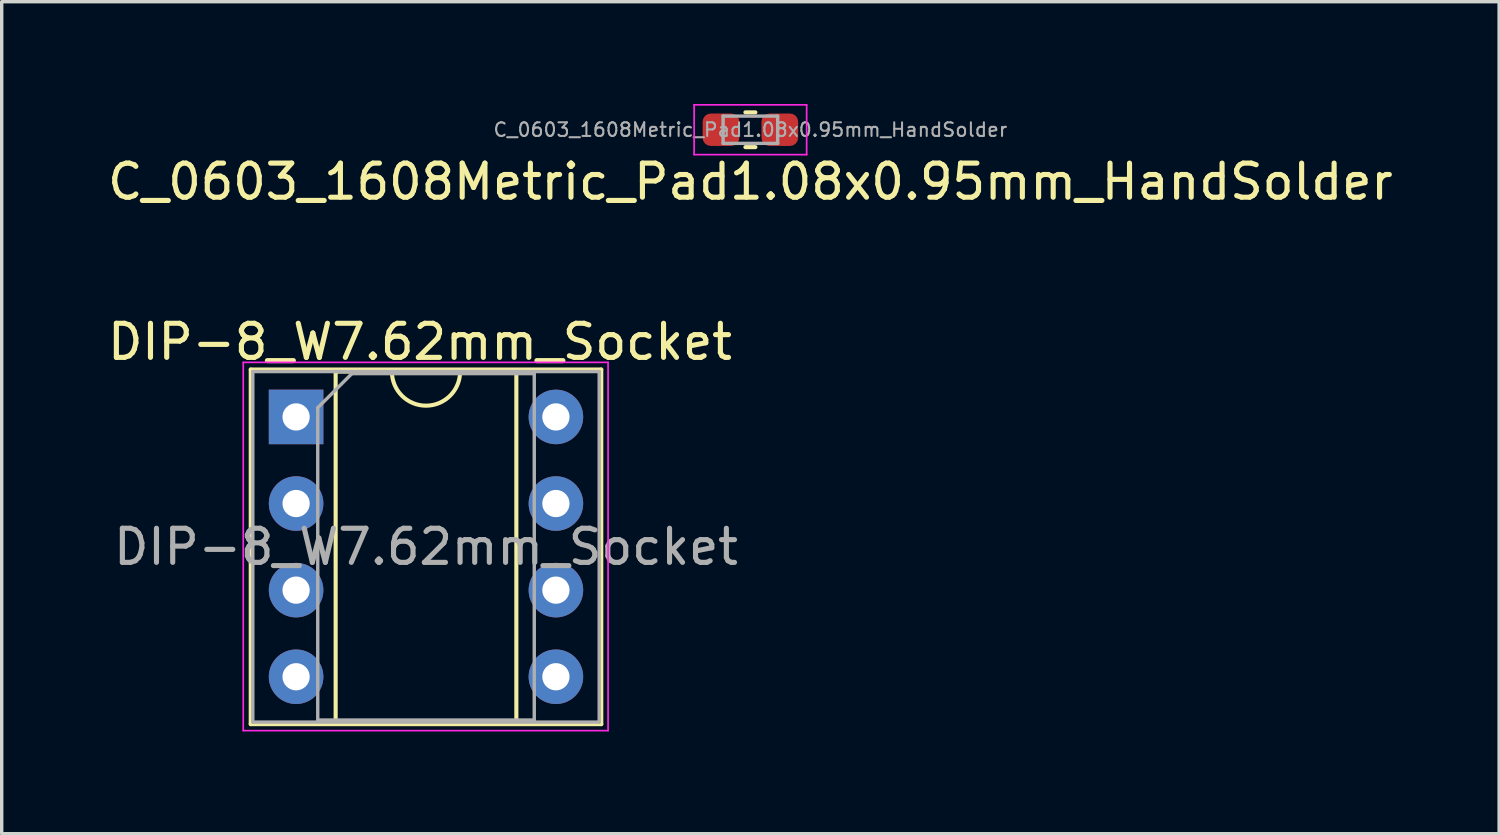
<source format=kicad_pcb>
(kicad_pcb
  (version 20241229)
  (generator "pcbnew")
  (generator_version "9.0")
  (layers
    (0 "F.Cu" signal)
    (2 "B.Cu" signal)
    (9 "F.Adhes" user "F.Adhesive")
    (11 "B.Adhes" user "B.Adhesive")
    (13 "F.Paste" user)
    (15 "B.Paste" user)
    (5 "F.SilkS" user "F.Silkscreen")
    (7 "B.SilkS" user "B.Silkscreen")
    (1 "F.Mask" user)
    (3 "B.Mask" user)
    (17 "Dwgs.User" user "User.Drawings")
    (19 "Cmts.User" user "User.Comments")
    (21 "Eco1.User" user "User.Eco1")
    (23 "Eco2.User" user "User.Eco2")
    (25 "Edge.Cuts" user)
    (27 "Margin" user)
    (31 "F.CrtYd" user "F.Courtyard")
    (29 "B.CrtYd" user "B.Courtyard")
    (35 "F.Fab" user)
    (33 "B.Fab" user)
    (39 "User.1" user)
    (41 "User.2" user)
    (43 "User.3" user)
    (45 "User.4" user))
  (footprint "DIP-8_W7.62mm_Socket"
    (layer "F.Cu")
    (at 5.634 9.178)
    (property "Reference" "DIP-8_W7.62mm_Socket" (at 3.634 -2.202 0) (layer "F.SilkS") (effects (font (size 1 1) (thickness 0.15))))
    (attr through_hole)
    (fp_line (start -1.33 -1.39) (end -1.33 9.01) (stroke (width 0.12) (type solid)) (layer "F.SilkS"))
    (fp_line (start -1.33 9.01) (end 8.95 9.01) (stroke (width 0.12) (type solid)) (layer "F.SilkS"))
    (fp_line (start 1.16 -1.33) (end 1.16 8.95) (stroke (width 0.12) (type solid)) (layer "F.SilkS"))
    (fp_line (start 1.16 8.95) (end 6.46 8.95) (stroke (width 0.12) (type solid)) (layer "F.SilkS"))
    (fp_line (start 2.81 -1.33) (end 1.16 -1.33) (stroke (width 0.12) (type solid)) (layer "F.SilkS"))
    (fp_line (start 6.46 -1.33) (end 4.81 -1.33) (stroke (width 0.12) (type solid)) (layer "F.SilkS"))
    (fp_line (start 6.46 8.95) (end 6.46 -1.33) (stroke (width 0.12) (type solid)) (layer "F.SilkS"))
    (fp_line (start 8.95 -1.39) (end -1.33 -1.39) (stroke (width 0.12) (type solid)) (layer "F.SilkS"))
    (fp_line (start 8.95 9.01) (end 8.95 -1.39) (stroke (width 0.12) (type solid)) (layer "F.SilkS"))
    (fp_arc (start 4.81 -1.33) (mid 3.81 -0.33) (end 2.81 -1.33) (stroke (width 0.12) (type solid)) (layer "F.SilkS"))
    (fp_line (start -1.55 -1.6) (end -1.55 9.2) (stroke (width 0.05) (type solid)) (layer "F.CrtYd"))
    (fp_line (start -1.55 9.2) (end 9.15 9.2) (stroke (width 0.05) (type solid)) (layer "F.CrtYd"))
    (fp_line (start 9.15 -1.6) (end -1.55 -1.6) (stroke (width 0.05) (type solid)) (layer "F.CrtYd"))
    (fp_line (start 9.15 9.2) (end 9.15 -1.6) (stroke (width 0.05) (type solid)) (layer "F.CrtYd"))
    (fp_line (start -1.27 -1.33) (end -1.27 8.95) (stroke (width 0.1) (type solid)) (layer "F.Fab"))
    (fp_line (start -1.27 8.95) (end 8.89 8.95) (stroke (width 0.1) (type solid)) (layer "F.Fab"))
    (fp_line (start 0.635 -0.27) (end 1.635 -1.27) (stroke (width 0.1) (type solid)) (layer "F.Fab"))
    (fp_line (start 0.635 8.89) (end 0.635 -0.27) (stroke (width 0.1) (type solid)) (layer "F.Fab"))
    (fp_line (start 1.635 -1.27) (end 6.985 -1.27) (stroke (width 0.1) (type solid)) (layer "F.Fab"))
    (fp_line (start 6.985 -1.27) (end 6.985 8.89) (stroke (width 0.1) (type solid)) (layer "F.Fab"))
    (fp_line (start 6.985 8.89) (end 0.635 8.89) (stroke (width 0.1) (type solid)) (layer "F.Fab"))
    (fp_line (start 8.89 -1.33) (end -1.27 -1.33) (stroke (width 0.1) (type solid)) (layer "F.Fab"))
    (fp_line (start 8.89 8.95) (end 8.89 -1.33) (stroke (width 0.1) (type solid)) (layer "F.Fab"))
    (fp_text user "${REFERENCE}" (at 3.81 3.81 0) (layer "F.Fab") (effects (font (size 1 1) (thickness 0.15))))
    (pad "1" thru_hole rect (at 0 0 180) (size 1.6 1.6) (drill 0.8) (layers "*.Cu" "*.Mask"))
    (pad "2" thru_hole oval (at 0 2.54 180) (size 1.6 1.6) (drill 0.8) (layers "*.Cu" "*.Mask"))
    (pad "3" thru_hole oval (at 0 5.08 180) (size 1.6 1.6) (drill 0.8) (layers "*.Cu" "*.Mask"))
    (pad "4" thru_hole oval (at 0 7.62 180) (size 1.6 1.6) (drill 0.8) (layers "*.Cu" "*.Mask"))
    (pad "5" thru_hole oval (at 7.62 7.62 180) (size 1.6 1.6) (drill 0.8) (layers "*.Cu" "*.Mask"))
    (pad "6" thru_hole oval (at 7.62 5.08 180) (size 1.6 1.6) (drill 0.8) (layers "*.Cu" "*.Mask"))
    (pad "7" thru_hole oval (at 7.62 2.54 180) (size 1.6 1.6) (drill 0.8) (layers "*.Cu" "*.Mask"))
    (pad "8" thru_hole oval (at 7.62 0 180) (size 1.6 1.6) (drill 0.8) (layers "*.Cu" "*.Mask")))
  (footprint "C_0603_1608Metric_Pad1.08x0.95mm_HandSolder"
    (layer "F.Cu")
    (at 18.958 0.755)
    (property "Reference" "C_0603_1608Metric_Pad1.08x0.95mm_HandSolder" (at 0 1.524 0) (layer "F.SilkS") (effects (font (size 1 1) (thickness 0.15))))
    (attr smd)
    (fp_line (start -0.146 -0.51) (end 0.146 -0.51) (stroke (width 0.12) (type solid)) (layer "F.SilkS"))
    (fp_line (start -0.146 0.51) (end 0.146 0.51) (stroke (width 0.12) (type solid)) (layer "F.SilkS"))
    (fp_line (start -1.65 -0.73) (end 1.65 -0.73) (stroke (width 0.05) (type solid)) (layer "F.CrtYd"))
    (fp_line (start -1.65 0.73) (end -1.65 -0.73) (stroke (width 0.05) (type solid)) (layer "F.CrtYd"))
    (fp_line (start 1.65 -0.73) (end 1.65 0.73) (stroke (width 0.05) (type solid)) (layer "F.CrtYd"))
    (fp_line (start 1.65 0.73) (end -1.65 0.73) (stroke (width 0.05) (type solid)) (layer "F.CrtYd"))
    (fp_line (start -0.8 -0.4) (end 0.8 -0.4) (stroke (width 0.1) (type solid)) (layer "F.Fab"))
    (fp_line (start -0.8 0.4) (end -0.8 -0.4) (stroke (width 0.1) (type solid)) (layer "F.Fab"))
    (fp_line (start 0.8 -0.4) (end 0.8 0.4) (stroke (width 0.1) (type solid)) (layer "F.Fab"))
    (fp_line (start 0.8 0.4) (end -0.8 0.4) (stroke (width 0.1) (type solid)) (layer "F.Fab"))
    (fp_text user "${REFERENCE}" (at 0 0 0) (layer "F.Fab") (effects (font (size 0.4 0.4) (thickness 0.06))))
    (pad "1" smd roundrect (at -0.863 0) (size 1.075 0.95) (layers "F.Cu" "F.Mask" "F.Paste") (roundrect_rratio 0.25))
    (pad "2" smd roundrect (at 0.863 0) (size 1.075 0.95) (layers "F.Cu" "F.Mask" "F.Paste") (roundrect_rratio 0.25)))
  (gr_rect
    (start -3 -3)
    (end 40.917 21.402)
    (stroke (width 0.1) (type default))
    (fill no)
    (layer "Edge.Cuts")))
</source>
